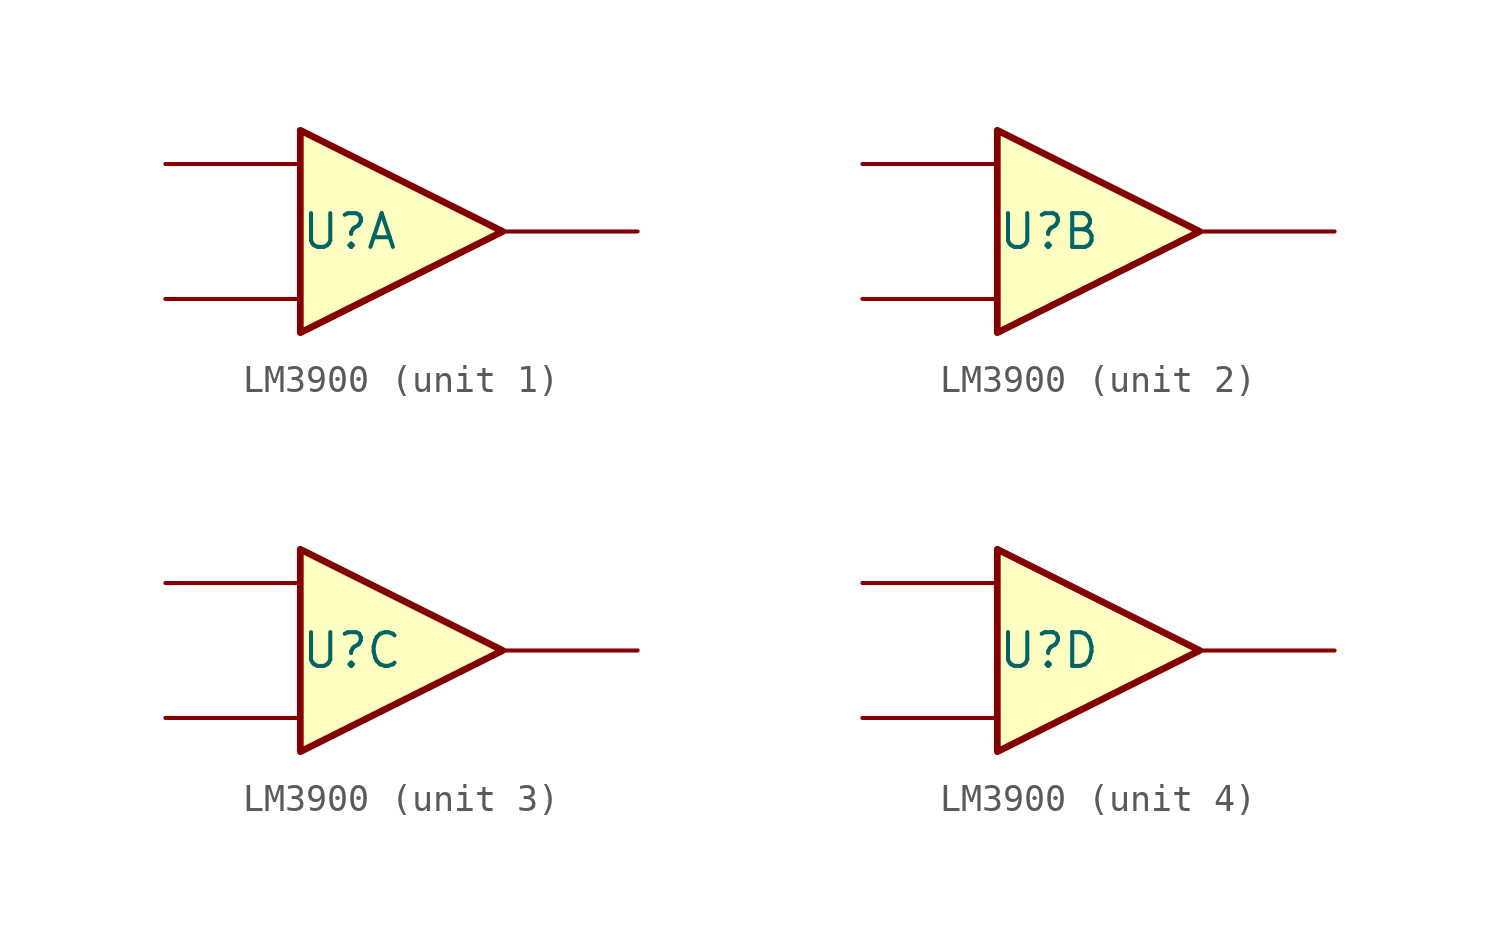
<source format=kicad_sym>
(kicad_symbol_lib
  (version 20211014)
  (generator kicad_symbol_editor)
  (symbol "LM3900"
    (property "Reference" "U"
      (at -2.54 0 0)
      (effects (font (size 1.27 1.27)) (justify left)))
    (symbol "LM3900_1_0"
      (polyline (pts (xy -2.54 3.81) (xy -2.54 -3.81) (xy 5.08 0) (xy -2.54 3.81)) (stroke (width 0.254) (type default) (color 0 0 0 0)) (fill (type background))))
    (symbol "LM3900_1_1"
      (pin passive line (at -7.62 -2.54 0) (length 5.08) (name "" (effects (font (size 1.27 1.27)))) (number "" (effects (font (size 1.27 1.27)))))
      (pin passive line (at -7.62 2.54 0) (length 5.08) (name "" (effects (font (size 1.27 1.27)))) (number "" (effects (font (size 1.27 1.27)))))
      (pin passive line (at 10.16 0 180) (length 5.08) (name "" (effects (font (size 1.27 1.27)))) (number "" (effects (font (size 1.27 1.27))))))
    (symbol "LM3900_2_0"
      (polyline (pts (xy -2.54 3.81) (xy -2.54 -3.81) (xy 5.08 0) (xy -2.54 3.81)) (stroke (width 0.254) (type default) (color 0 0 0 0)) (fill (type background))))
    (symbol "LM3900_2_1"
      (pin passive line (at -7.62 -2.54 0) (length 5.08) (name "" (effects (font (size 1.27 1.27)))) (number "" (effects (font (size 1.27 1.27)))))
      (pin passive line (at -7.62 2.54 0) (length 5.08) (name "" (effects (font (size 1.27 1.27)))) (number "" (effects (font (size 1.27 1.27)))))
      (pin passive line (at 10.16 0 180) (length 5.08) (name "" (effects (font (size 1.27 1.27)))) (number "" (effects (font (size 1.27 1.27))))))
    (symbol "LM3900_3_0"
      (polyline (pts (xy -2.54 3.81) (xy -2.54 -3.81) (xy 5.08 0) (xy -2.54 3.81)) (stroke (width 0.254) (type default) (color 0 0 0 0)) (fill (type background))))
    (symbol "LM3900_3_1"
      (pin passive line (at -7.62 -2.54 0) (length 5.08) (name "" (effects (font (size 1.27 1.27)))) (number "" (effects (font (size 1.27 1.27)))))
      (pin passive line (at -7.62 2.54 0) (length 5.08) (name "" (effects (font (size 1.27 1.27)))) (number "" (effects (font (size 1.27 1.27)))))
      (pin passive line (at 10.16 0 180) (length 5.08) (name "" (effects (font (size 1.27 1.27)))) (number "" (effects (font (size 1.27 1.27))))))
    (symbol "LM3900_4_0"
      (polyline (pts (xy -2.54 3.81) (xy -2.54 -3.81) (xy 5.08 0) (xy -2.54 3.81)) (stroke (width 0.254) (type default) (color 0 0 0 0)) (fill (type background))))
    (symbol "LM3900_4_1"
      (pin passive line (at -7.62 -2.54 0) (length 5.08) (name "" (effects (font (size 1.27 1.27)))) (number "" (effects (font (size 1.27 1.27)))))
      (pin passive line (at -7.62 2.54 0) (length 5.08) (name "" (effects (font (size 1.27 1.27)))) (number "" (effects (font (size 1.27 1.27)))))
      (pin passive line (at 10.16 0 180) (length 5.08) (name "" (effects (font (size 1.27 1.27)))) (number "" (effects (font (size 1.27 1.27))))))))
</source>
